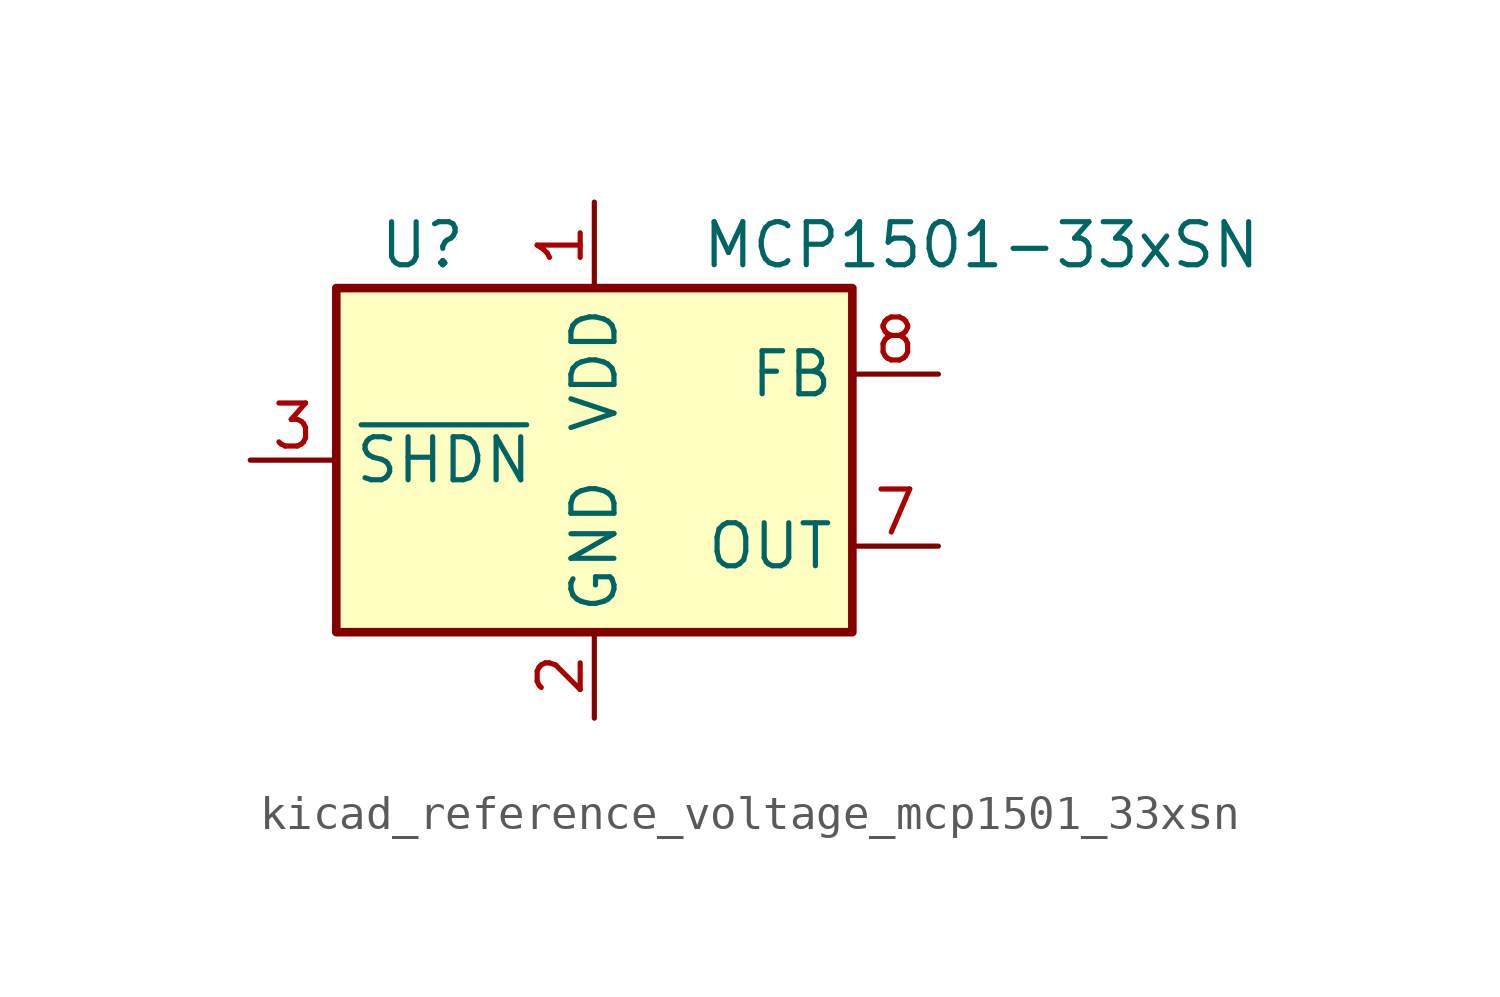
<source format=kicad_sym>
(kicad_symbol_lib
  (version 20220914)
  (generator kicad_symbol_editor)
  (symbol "kicad_reference_voltage_mcp1501_33xsn"
    (property "Reference" "U"
      (at -5.08 6.35 0)
      (effects (font (size 1.27 1.27))))
    (property "Value" "MCP1501-33xSN"
      (at 11.43 6.35 0)
      (effects (font (size 1.27 1.27))))
    (symbol "kicad_reference_voltage_mcp1501_33xsn_0_0"
      (pin power_in line (at 0 7.62 270) (length 2.54) (name "VDD" (effects (font (size 1.27 1.27)))) (number "1" (effects (font (size 1.27 1.27)))))
      (pin power_in line (at 0 -7.62 90) (length 2.54) (name "GND" (effects (font (size 1.27 1.27)))) (number "2" (effects (font (size 1.27 1.27)))))
      (pin input line (at -10.16 0 0) (length 2.54) (name "~{SHDN}" (effects (font (size 1.27 1.27)))) (number "3" (effects (font (size 1.27 1.27)))))
      (pin passive line (at 0 -7.62 90) (length 2.54) hide (name "GND" (effects (font (size 1.27 1.27)))) (number "4" (effects (font (size 1.27 1.27)))))
      (pin passive line (at 0 -7.62 90) (length 2.54) hide (name "GND" (effects (font (size 1.27 1.27)))) (number "5" (effects (font (size 1.27 1.27)))))
      (pin passive line (at 0 -7.62 90) (length 2.54) hide (name "GND" (effects (font (size 1.27 1.27)))) (number "6" (effects (font (size 1.27 1.27)))))
      (pin power_out line (at 10.16 -2.54 180) (length 2.54) (name "OUT" (effects (font (size 1.27 1.27)))) (number "7" (effects (font (size 1.27 1.27)))))
      (pin input line (at 10.16 2.54 180) (length 2.54) (name "FB" (effects (font (size 1.27 1.27)))) (number "8" (effects (font (size 1.27 1.27))))))
    (symbol "kicad_reference_voltage_mcp1501_33xsn_0_1"
      (rectangle (start -7.62 5.08) (end 7.62 -5.08) (stroke (width 0.254) (type default)) (fill (type background))))))
</source>
